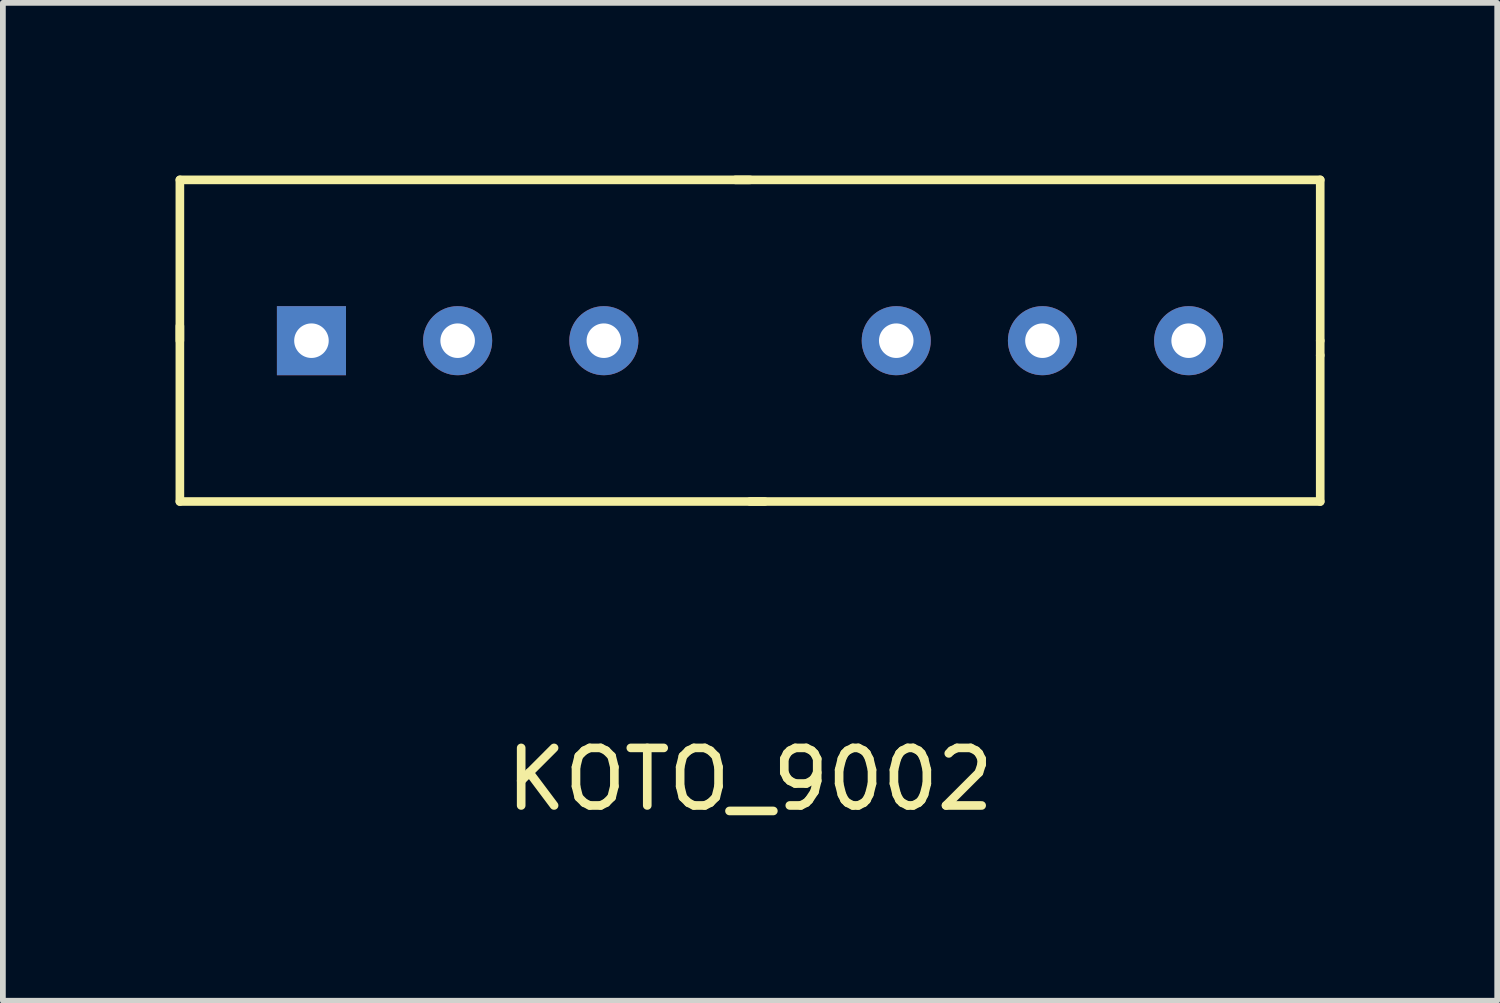
<source format=kicad_pcb>
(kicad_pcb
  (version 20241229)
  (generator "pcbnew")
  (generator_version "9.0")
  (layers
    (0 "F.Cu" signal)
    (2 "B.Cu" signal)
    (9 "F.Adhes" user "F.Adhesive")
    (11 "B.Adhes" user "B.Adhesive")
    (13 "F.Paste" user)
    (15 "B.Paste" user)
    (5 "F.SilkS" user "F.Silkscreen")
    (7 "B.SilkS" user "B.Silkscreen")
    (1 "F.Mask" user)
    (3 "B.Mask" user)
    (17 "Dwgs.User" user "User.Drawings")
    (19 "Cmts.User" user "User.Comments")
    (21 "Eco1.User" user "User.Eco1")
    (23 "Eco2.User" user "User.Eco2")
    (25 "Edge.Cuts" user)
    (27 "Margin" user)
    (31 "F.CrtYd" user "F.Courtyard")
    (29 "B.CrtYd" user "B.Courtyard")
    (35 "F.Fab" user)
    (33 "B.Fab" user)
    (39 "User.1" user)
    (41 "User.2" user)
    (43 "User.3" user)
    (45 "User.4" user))
  (footprint "KOTO_9002"
    (layer "F.Cu")
    (at 9.981 2.869)
    (property "Reference" "KOTO_9002" (at 0 7.62 0) (layer "F.SilkS") (effects (font (size 1 1) (thickness 0.15))))
    (attr through_hole)
    (fp_line (start -9.906 -2.794) (end -9.906 2.794) (stroke (width 0.15) (type solid)) (layer "F.SilkS"))
    (fp_line (start -9.906 0) (end -9.906 -0.254) (stroke (width 0.15) (type solid)) (layer "F.SilkS"))
    (fp_line (start -9.906 2.794) (end 9.906 2.794) (stroke (width 0.15) (type solid)) (layer "F.SilkS"))
    (fp_line (start 0 -2.794) (end -0.254 -2.794) (stroke (width 0.15) (type solid)) (layer "F.SilkS"))
    (fp_line (start 0 2.794) (end 0.254 2.794) (stroke (width 0.15) (type solid)) (layer "F.SilkS"))
    (fp_line (start 9.906 -2.794) (end -9.906 -2.794) (stroke (width 0.15) (type solid)) (layer "F.SilkS"))
    (fp_line (start 9.906 0) (end 9.906 -2.794) (stroke (width 0.15) (type solid)) (layer "F.SilkS"))
    (fp_line (start 9.906 0) (end 9.906 0.254) (stroke (width 0.15) (type solid)) (layer "F.SilkS"))
    (fp_line (start 9.906 2.794) (end 9.906 0.254) (stroke (width 0.15) (type solid)) (layer "F.SilkS"))
    (pad "1" thru_hole rect (at -7.62 0) (size 1.2 1.2) (drill 0.6) (layers "*.Cu" "*.Mask"))
    (pad "2" thru_hole circle (at -2.54 0) (size 1.2 1.2) (drill 0.6) (layers "*.Cu" "*.Mask"))
    (pad "3" thru_hole circle (at 2.54 0) (size 1.2 1.2) (drill 0.6) (layers "*.Cu" "*.Mask"))
    (pad "4" thru_hole circle (at 7.62 0) (size 1.2 1.2) (drill 0.6) (layers "*.Cu" "*.Mask"))
    (pad "5" thru_hole circle (at -5.08 0) (size 1.2 1.2) (drill 0.6) (layers "*.Cu" "*.Mask"))
    (pad "6" thru_hole circle (at 5.08 0) (size 1.2 1.2) (drill 0.6) (layers "*.Cu" "*.Mask")))
  (gr_rect
    (start -3 -3)
    (end 22.962 14.337)
    (stroke (width 0.1) (type default))
    (fill no)
    (layer "Edge.Cuts")))
</source>
